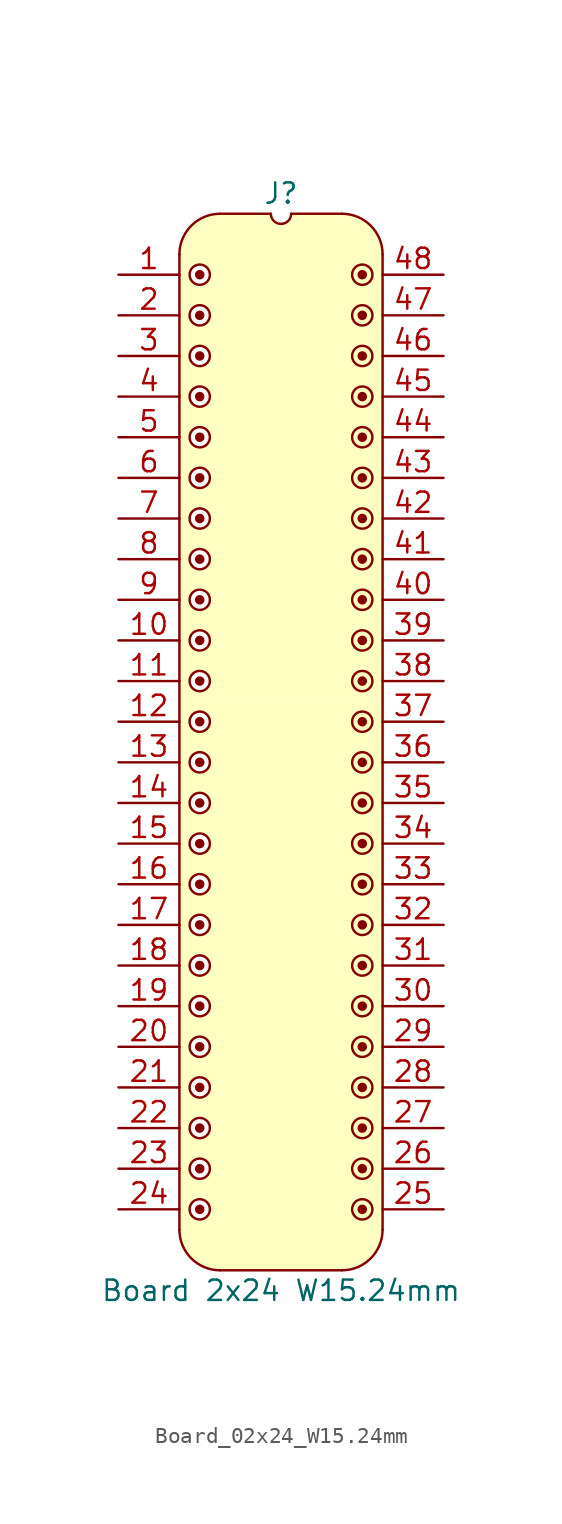
<source format=kicad_sym>
(kicad_symbol_lib
  (version 20241209)
  (generator "kicad_symbol_editor")
  (generator_version "9.0")
  (symbol "Board_02x24_W15.24mm"
    (pin_names
      (offset 1.016)
      (hide yes))
    (property "Reference" "J"
      (at 0 5.08 0)
      (effects (font (size 1.27 1.27))))
    (property "Value" "Board 2x24 W15.24mm"
      (at 0 -63.5 0)
      (effects (font (size 1.27 1.27))))
    (symbol "Board_02x24_W15.24mm_0_1"
      (polyline (pts (xy -6.35 1.27) (xy -6.35 -59.69)) (stroke (width 0) (type default)) (fill (type none)))
      (arc (start -3.8102 -62.2298) (mid -5.6063 -61.4859) (end -6.3502 -59.6898) (stroke (width 0) (type default)) (fill (type none)))
      (arc (start -6.35 1.27) (mid -5.6061 3.0661) (end -3.81 3.81) (stroke (width 0) (type default)) (fill (type none)))
      (polyline (pts (xy -3.81 3.81) (xy -0.635 3.81)) (stroke (width 0) (type default)) (fill (type none)))
      (arc (start 0.635 3.81) (mid 0 3.175) (end -0.635 3.81) (stroke (width 0) (type default)) (fill (type none)))
      (polyline (pts (xy 0.635 3.81) (xy 3.81 3.81)) (stroke (width 0) (type default)) (fill (type none)))
      (polyline (pts (xy 3.81 -62.23) (xy -3.81 -62.23)) (stroke (width 0) (type default)) (fill (type none)))
      (arc (start 3.81 3.81) (mid 5.6061 3.0661) (end 6.35 1.27) (stroke (width 0) (type default)) (fill (type none)))
      (arc (start 6.3498 -59.6898) (mid 5.6059 -61.4859) (end 3.8098 -62.2298) (stroke (width 0) (type default)) (fill (type none)))
      (polyline (pts (xy 6.35 -59.69) (xy 6.35 1.27)) (stroke (width 0) (type default)) (fill (type none))))
    (symbol "Board_02x24_W15.24mm_1_1"
      (polyline (pts (xy -6.35 1.27) (xy -6.096 2.286) (xy -5.588 3.048) (xy -4.826 3.556) (xy -4.064 3.81) (xy -0.762 3.81) (xy -0.508 3.302) (xy 0 3.048) (xy 0 -26.67) (xy -6.35 -26.67) (xy -6.35 1.27)) (stroke (width -0.0001) (type solid)) (fill (type background)))
      (polyline (pts (xy -6.35 -26.67) (xy 0 -26.67) (xy 0 -62.23) (xy -3.81 -62.23) (xy -4.826 -61.976) (xy -5.588 -61.468) (xy -6.096 -60.706) (xy -6.35 -59.69)) (stroke (width -0.0001) (type solid)) (fill (type background)))
      (circle (center -5.08 0) (radius 0.0001) (stroke (width 0.3) (type solid)) (fill (type none)))
      (circle (center -5.08 0) (radius 0.635) (stroke (width 0) (type solid)) (fill (type color) (color 255 255 255 1)))
      (circle (center -5.08 -2.54) (radius 0.0001) (stroke (width 0.3) (type solid)) (fill (type none)))
      (circle (center -5.08 -2.54) (radius 0.635) (stroke (width 0) (type solid)) (fill (type color) (color 255 255 255 1)))
      (circle (center -5.08 -5.08) (radius 0.0001) (stroke (width 0.3) (type solid)) (fill (type none)))
      (circle (center -5.08 -5.08) (radius 0.635) (stroke (width 0) (type solid)) (fill (type color) (color 255 255 255 1)))
      (circle (center -5.08 -7.62) (radius 0.0001) (stroke (width 0.3) (type solid)) (fill (type none)))
      (circle (center -5.08 -7.62) (radius 0.635) (stroke (width 0) (type solid)) (fill (type color) (color 255 255 255 1)))
      (circle (center -5.08 -10.16) (radius 0.0001) (stroke (width 0.3) (type solid)) (fill (type none)))
      (circle (center -5.08 -10.16) (radius 0.635) (stroke (width 0) (type solid)) (fill (type color) (color 255 255 255 1)))
      (circle (center -5.08 -12.7) (radius 0.0001) (stroke (width 0.3) (type solid)) (fill (type none)))
      (circle (center -5.08 -12.7) (radius 0.635) (stroke (width 0) (type solid)) (fill (type color) (color 255 255 255 1)))
      (circle (center -5.08 -15.24) (radius 0.0001) (stroke (width 0.3) (type solid)) (fill (type none)))
      (circle (center -5.08 -15.24) (radius 0.635) (stroke (width 0) (type solid)) (fill (type color) (color 255 255 255 1)))
      (circle (center -5.08 -17.78) (radius 0.0001) (stroke (width 0.3) (type solid)) (fill (type none)))
      (circle (center -5.08 -17.78) (radius 0.635) (stroke (width 0) (type solid)) (fill (type color) (color 255 255 255 1)))
      (circle (center -5.08 -20.32) (radius 0.0001) (stroke (width 0.3) (type solid)) (fill (type none)))
      (circle (center -5.08 -20.32) (radius 0.635) (stroke (width 0) (type solid)) (fill (type color) (color 255 255 255 1)))
      (circle (center -5.08 -22.86) (radius 0.0001) (stroke (width 0.3) (type solid)) (fill (type none)))
      (circle (center -5.08 -22.86) (radius 0.635) (stroke (width 0) (type solid)) (fill (type color) (color 255 255 255 1)))
      (circle (center -5.08 -25.4) (radius 0.0001) (stroke (width 0.3) (type solid)) (fill (type none)))
      (circle (center -5.08 -25.4) (radius 0.635) (stroke (width 0) (type solid)) (fill (type color) (color 255 255 255 1)))
      (circle (center -5.08 -27.94) (radius 0.0001) (stroke (width 0.3) (type solid)) (fill (type none)))
      (circle (center -5.08 -27.94) (radius 0.635) (stroke (width 0) (type solid)) (fill (type color) (color 255 255 255 1)))
      (circle (center -5.08 -30.48) (radius 0.0001) (stroke (width 0.3) (type solid)) (fill (type none)))
      (circle (center -5.08 -30.48) (radius 0.635) (stroke (width 0) (type solid)) (fill (type color) (color 255 255 255 1)))
      (circle (center -5.08 -33.02) (radius 0.0001) (stroke (width 0.3) (type solid)) (fill (type none)))
      (circle (center -5.08 -33.02) (radius 0.635) (stroke (width 0) (type solid)) (fill (type color) (color 255 255 255 1)))
      (circle (center -5.08 -35.56) (radius 0.0001) (stroke (width 0.3) (type solid)) (fill (type none)))
      (circle (center -5.08 -35.56) (radius 0.635) (stroke (width 0) (type solid)) (fill (type color) (color 255 255 255 1)))
      (circle (center -5.08 -38.1) (radius 0.0001) (stroke (width 0.3) (type solid)) (fill (type none)))
      (circle (center -5.08 -38.1) (radius 0.635) (stroke (width 0) (type solid)) (fill (type color) (color 255 255 255 1)))
      (circle (center -5.08 -40.64) (radius 0.0001) (stroke (width 0.3) (type solid)) (fill (type none)))
      (circle (center -5.08 -40.64) (radius 0.635) (stroke (width 0) (type solid)) (fill (type color) (color 255 255 255 1)))
      (circle (center -5.08 -43.18) (radius 0.0001) (stroke (width 0.3) (type solid)) (fill (type none)))
      (circle (center -5.08 -43.18) (radius 0.635) (stroke (width 0) (type solid)) (fill (type color) (color 255 255 255 1)))
      (circle (center -5.08 -45.72) (radius 0.0001) (stroke (width 0.3) (type solid)) (fill (type none)))
      (circle (center -5.08 -45.72) (radius 0.635) (stroke (width 0) (type solid)) (fill (type color) (color 255 255 255 1)))
      (circle (center -5.08 -48.26) (radius 0.0001) (stroke (width 0.3) (type solid)) (fill (type none)))
      (circle (center -5.08 -48.26) (radius 0.635) (stroke (width 0) (type solid)) (fill (type color) (color 255 255 255 1)))
      (circle (center -5.08 -50.8) (radius 0.0001) (stroke (width 0.3) (type solid)) (fill (type none)))
      (circle (center -5.08 -50.8) (radius 0.635) (stroke (width 0) (type solid)) (fill (type color) (color 255 255 255 1)))
      (circle (center -5.08 -53.34) (radius 0.0001) (stroke (width 0.3) (type solid)) (fill (type none)))
      (circle (center -5.08 -53.34) (radius 0.635) (stroke (width 0) (type solid)) (fill (type color) (color 255 255 255 1)))
      (circle (center -5.08 -55.88) (radius 0.0001) (stroke (width 0.3) (type solid)) (fill (type none)))
      (circle (center -5.08 -55.88) (radius 0.635) (stroke (width 0) (type solid)) (fill (type color) (color 255 255 255 1)))
      (circle (center -5.08 -58.42) (radius 0.0001) (stroke (width 0.3) (type solid)) (fill (type none)))
      (circle (center -5.08 -58.42) (radius 0.635) (stroke (width 0) (type solid)) (fill (type color) (color 255 255 255 1)))
      (circle (center 5.08 0) (radius 0.0001) (stroke (width 0.3) (type solid)) (fill (type none)))
      (circle (center 5.08 0) (radius 0.635) (stroke (width 0) (type solid)) (fill (type color) (color 255 255 255 1)))
      (circle (center 5.08 -2.54) (radius 0.0001) (stroke (width 0.3) (type solid)) (fill (type none)))
      (circle (center 5.08 -2.54) (radius 0.635) (stroke (width 0) (type solid)) (fill (type color) (color 255 255 255 1)))
      (circle (center 5.08 -5.08) (radius 0.0001) (stroke (width 0.3) (type solid)) (fill (type none)))
      (circle (center 5.08 -5.08) (radius 0.635) (stroke (width 0) (type solid)) (fill (type color) (color 255 255 255 1)))
      (circle (center 5.08 -7.62) (radius 0.0001) (stroke (width 0.3) (type solid)) (fill (type none)))
      (circle (center 5.08 -7.62) (radius 0.635) (stroke (width 0) (type solid)) (fill (type color) (color 255 255 255 1)))
      (circle (center 5.08 -10.16) (radius 0.0001) (stroke (width 0.3) (type solid)) (fill (type none)))
      (circle (center 5.08 -10.16) (radius 0.635) (stroke (width 0) (type solid)) (fill (type color) (color 255 255 255 1)))
      (circle (center 5.08 -12.7) (radius 0.0001) (stroke (width 0.3) (type solid)) (fill (type none)))
      (circle (center 5.08 -12.7) (radius 0.635) (stroke (width 0) (type solid)) (fill (type color) (color 255 255 255 1)))
      (circle (center 5.08 -15.24) (radius 0.0001) (stroke (width 0.3) (type solid)) (fill (type none)))
      (circle (center 5.08 -15.24) (radius 0.635) (stroke (width 0) (type solid)) (fill (type color) (color 255 255 255 1)))
      (circle (center 5.08 -17.78) (radius 0.0001) (stroke (width 0.3) (type solid)) (fill (type none)))
      (circle (center 5.08 -17.78) (radius 0.635) (stroke (width 0) (type solid)) (fill (type color) (color 255 255 255 1)))
      (circle (center 5.08 -20.32) (radius 0.0001) (stroke (width 0.3) (type solid)) (fill (type none)))
      (circle (center 5.08 -20.32) (radius 0.635) (stroke (width 0) (type solid)) (fill (type color) (color 255 255 255 1)))
      (circle (center 5.08 -22.86) (radius 0.0001) (stroke (width 0.3) (type solid)) (fill (type none)))
      (circle (center 5.08 -22.86) (radius 0.635) (stroke (width 0) (type solid)) (fill (type color) (color 255 255 255 1)))
      (circle (center 5.08 -25.4) (radius 0.0001) (stroke (width 0.3) (type solid)) (fill (type none)))
      (circle (center 5.08 -25.4) (radius 0.635) (stroke (width 0) (type solid)) (fill (type color) (color 255 255 255 1)))
      (circle (center 5.08 -27.94) (radius 0.0001) (stroke (width 0.3) (type solid)) (fill (type none)))
      (circle (center 5.08 -27.94) (radius 0.635) (stroke (width 0) (type solid)) (fill (type color) (color 255 255 255 1)))
      (circle (center 5.08 -30.48) (radius 0.0001) (stroke (width 0.3) (type solid)) (fill (type none)))
      (circle (center 5.08 -30.48) (radius 0.635) (stroke (width 0) (type solid)) (fill (type color) (color 255 255 255 1)))
      (circle (center 5.08 -33.02) (radius 0.0001) (stroke (width 0.3) (type solid)) (fill (type none)))
      (circle (center 5.08 -33.02) (radius 0.635) (stroke (width 0) (type solid)) (fill (type color) (color 255 255 255 1)))
      (circle (center 5.08 -35.56) (radius 0.0001) (stroke (width 0.3) (type solid)) (fill (type none)))
      (circle (center 5.08 -35.56) (radius 0.635) (stroke (width 0) (type solid)) (fill (type color) (color 255 255 255 1)))
      (circle (center 5.08 -38.1) (radius 0.0001) (stroke (width 0.3) (type solid)) (fill (type none)))
      (circle (center 5.08 -38.1) (radius 0.635) (stroke (width 0) (type solid)) (fill (type color) (color 255 255 255 1)))
      (circle (center 5.08 -40.64) (radius 0.0001) (stroke (width 0.3) (type solid)) (fill (type none)))
      (circle (center 5.08 -40.64) (radius 0.635) (stroke (width 0) (type solid)) (fill (type color) (color 255 255 255 1)))
      (circle (center 5.08 -43.18) (radius 0.0001) (stroke (width 0.3) (type solid)) (fill (type none)))
      (circle (center 5.08 -43.18) (radius 0.635) (stroke (width 0) (type solid)) (fill (type color) (color 255 255 255 1)))
      (circle (center 5.08 -45.72) (radius 0.0001) (stroke (width 0.3) (type solid)) (fill (type none)))
      (circle (center 5.08 -45.72) (radius 0.635) (stroke (width 0) (type solid)) (fill (type color) (color 255 255 255 1)))
      (circle (center 5.08 -48.26) (radius 0.0001) (stroke (width 0.3) (type solid)) (fill (type none)))
      (circle (center 5.08 -48.26) (radius 0.635) (stroke (width 0) (type solid)) (fill (type color) (color 255 255 255 1)))
      (circle (center 5.08 -50.8) (radius 0.0001) (stroke (width 0.3) (type solid)) (fill (type none)))
      (circle (center 5.08 -50.8) (radius 0.635) (stroke (width 0) (type solid)) (fill (type color) (color 255 255 255 1)))
      (circle (center 5.08 -53.34) (radius 0.0001) (stroke (width 0.3) (type solid)) (fill (type none)))
      (circle (center 5.08 -53.34) (radius 0.635) (stroke (width 0) (type solid)) (fill (type color) (color 255 255 255 1)))
      (circle (center 5.08 -55.88) (radius 0.0001) (stroke (width 0.3) (type solid)) (fill (type none)))
      (circle (center 5.08 -55.88) (radius 0.635) (stroke (width 0) (type solid)) (fill (type color) (color 255 255 255 1)))
      (circle (center 5.08 -58.42) (radius 0.0001) (stroke (width 0.3) (type solid)) (fill (type none)))
      (circle (center 5.08 -58.42) (radius 0.635) (stroke (width 0) (type solid)) (fill (type color) (color 255 255 255 1)))
      (polyline (pts (xy 6.35 1.27) (xy 6.096 2.286) (xy 5.588 3.048) (xy 4.826 3.556) (xy 4.064 3.81) (xy 0.762 3.81) (xy 0.508 3.302) (xy 0 3.048) (xy 0 -26.67) (xy 6.35 -26.67) (xy 6.35 1.27)) (stroke (width -0.0001) (type solid)) (fill (type background)))
      (polyline (pts (xy 6.35 -26.67) (xy 0 -26.67) (xy 0 -62.23) (xy 3.81 -62.23) (xy 4.826 -61.976) (xy 5.588 -61.468) (xy 6.096 -60.706) (xy 6.35 -59.69)) (stroke (width -0.0001) (type solid)) (fill (type background)))
      (pin passive line (at -10.16 0 0) (length 3.81) (name "" (effects (font (size 1.27 1.27)))) (number "1" (effects (font (size 1.27 1.27)))))
      (pin passive line (at -10.16 -2.54 0) (length 3.81) (name "" (effects (font (size 1.27 1.27)))) (number "2" (effects (font (size 1.27 1.27)))))
      (pin passive line (at -10.16 -5.08 0) (length 3.81) (name "" (effects (font (size 1.27 1.27)))) (number "3" (effects (font (size 1.27 1.27)))))
      (pin passive line (at -10.16 -7.62 0) (length 3.81) (name "" (effects (font (size 1.27 1.27)))) (number "4" (effects (font (size 1.27 1.27)))))
      (pin passive line (at -10.16 -10.16 0) (length 3.81) (name "" (effects (font (size 1.27 1.27)))) (number "5" (effects (font (size 1.27 1.27)))))
      (pin passive line (at -10.16 -12.7 0) (length 3.81) (name "" (effects (font (size 1.27 1.27)))) (number "6" (effects (font (size 1.27 1.27)))))
      (pin passive line (at -10.16 -15.24 0) (length 3.81) (name "" (effects (font (size 1.27 1.27)))) (number "7" (effects (font (size 1.27 1.27)))))
      (pin passive line (at -10.16 -17.78 0) (length 3.81) (name "" (effects (font (size 1.27 1.27)))) (number "8" (effects (font (size 1.27 1.27)))))
      (pin passive line (at -10.16 -20.32 0) (length 3.81) (name "" (effects (font (size 1.27 1.27)))) (number "9" (effects (font (size 1.27 1.27)))))
      (pin passive line (at -10.16 -22.86 0) (length 3.81) (name "" (effects (font (size 1.27 1.27)))) (number "10" (effects (font (size 1.27 1.27)))))
      (pin passive line (at -10.16 -25.4 0) (length 3.81) (name "" (effects (font (size 1.27 1.27)))) (number "11" (effects (font (size 1.27 1.27)))))
      (pin passive line (at -10.16 -27.94 0) (length 3.81) (name "" (effects (font (size 1.27 1.27)))) (number "12" (effects (font (size 1.27 1.27)))))
      (pin passive line (at -10.16 -30.48 0) (length 3.81) (name "" (effects (font (size 1.27 1.27)))) (number "13" (effects (font (size 1.27 1.27)))))
      (pin passive line (at -10.16 -33.02 0) (length 3.81) (name "" (effects (font (size 1.27 1.27)))) (number "14" (effects (font (size 1.27 1.27)))))
      (pin passive line (at -10.16 -35.56 0) (length 3.81) (name "" (effects (font (size 1.27 1.27)))) (number "15" (effects (font (size 1.27 1.27)))))
      (pin passive line (at -10.16 -38.1 0) (length 3.81) (name "" (effects (font (size 1.27 1.27)))) (number "16" (effects (font (size 1.27 1.27)))))
      (pin passive line (at -10.16 -40.64 0) (length 3.81) (name "" (effects (font (size 1.27 1.27)))) (number "17" (effects (font (size 1.27 1.27)))))
      (pin passive line (at -10.16 -43.18 0) (length 3.81) (name "" (effects (font (size 1.27 1.27)))) (number "18" (effects (font (size 1.27 1.27)))))
      (pin passive line (at -10.16 -45.72 0) (length 3.81) (name "" (effects (font (size 1.27 1.27)))) (number "19" (effects (font (size 1.27 1.27)))))
      (pin passive line (at -10.16 -48.26 0) (length 3.81) (name "" (effects (font (size 1.27 1.27)))) (number "20" (effects (font (size 1.27 1.27)))))
      (pin passive line (at -10.16 -50.8 0) (length 3.81) (name "" (effects (font (size 1.27 1.27)))) (number "21" (effects (font (size 1.27 1.27)))))
      (pin passive line (at -10.16 -53.34 0) (length 3.81) (name "" (effects (font (size 1.27 1.27)))) (number "22" (effects (font (size 1.27 1.27)))))
      (pin passive line (at -10.16 -55.88 0) (length 3.81) (name "" (effects (font (size 1.27 1.27)))) (number "23" (effects (font (size 1.27 1.27)))))
      (pin passive line (at -10.16 -58.42 0) (length 3.81) (name "" (effects (font (size 1.27 1.27)))) (number "24" (effects (font (size 1.27 1.27)))))
      (pin passive line (at 10.16 0 180) (length 3.81) (name "" (effects (font (size 1.27 1.27)))) (number "48" (effects (font (size 1.27 1.27)))))
      (pin passive line (at 10.16 -2.54 180) (length 3.81) (name "" (effects (font (size 1.27 1.27)))) (number "47" (effects (font (size 1.27 1.27)))))
      (pin passive line (at 10.16 -5.08 180) (length 3.81) (name "" (effects (font (size 1.27 1.27)))) (number "46" (effects (font (size 1.27 1.27)))))
      (pin passive line (at 10.16 -7.62 180) (length 3.81) (name "" (effects (font (size 1.27 1.27)))) (number "45" (effects (font (size 1.27 1.27)))))
      (pin passive line (at 10.16 -10.16 180) (length 3.81) (name "" (effects (font (size 1.27 1.27)))) (number "44" (effects (font (size 1.27 1.27)))))
      (pin passive line (at 10.16 -12.7 180) (length 3.81) (name "" (effects (font (size 1.27 1.27)))) (number "43" (effects (font (size 1.27 1.27)))))
      (pin passive line (at 10.16 -15.24 180) (length 3.81) (name "" (effects (font (size 1.27 1.27)))) (number "42" (effects (font (size 1.27 1.27)))))
      (pin passive line (at 10.16 -17.78 180) (length 3.81) (name "" (effects (font (size 1.27 1.27)))) (number "41" (effects (font (size 1.27 1.27)))))
      (pin passive line (at 10.16 -20.32 180) (length 3.81) (name "" (effects (font (size 1.27 1.27)))) (number "40" (effects (font (size 1.27 1.27)))))
      (pin passive line (at 10.16 -22.86 180) (length 3.81) (name "" (effects (font (size 1.27 1.27)))) (number "39" (effects (font (size 1.27 1.27)))))
      (pin passive line (at 10.16 -25.4 180) (length 3.81) (name "" (effects (font (size 1.27 1.27)))) (number "38" (effects (font (size 1.27 1.27)))))
      (pin passive line (at 10.16 -27.94 180) (length 3.81) (name "" (effects (font (size 1.27 1.27)))) (number "37" (effects (font (size 1.27 1.27)))))
      (pin passive line (at 10.16 -30.48 180) (length 3.81) (name "" (effects (font (size 1.27 1.27)))) (number "36" (effects (font (size 1.27 1.27)))))
      (pin passive line (at 10.16 -33.02 180) (length 3.81) (name "" (effects (font (size 1.27 1.27)))) (number "35" (effects (font (size 1.27 1.27)))))
      (pin passive line (at 10.16 -35.56 180) (length 3.81) (name "" (effects (font (size 1.27 1.27)))) (number "34" (effects (font (size 1.27 1.27)))))
      (pin passive line (at 10.16 -38.1 180) (length 3.81) (name "" (effects (font (size 1.27 1.27)))) (number "33" (effects (font (size 1.27 1.27)))))
      (pin passive line (at 10.16 -40.64 180) (length 3.81) (name "" (effects (font (size 1.27 1.27)))) (number "32" (effects (font (size 1.27 1.27)))))
      (pin passive line (at 10.16 -43.18 180) (length 3.81) (name "" (effects (font (size 1.27 1.27)))) (number "31" (effects (font (size 1.27 1.27)))))
      (pin passive line (at 10.16 -45.72 180) (length 3.81) (name "" (effects (font (size 1.27 1.27)))) (number "30" (effects (font (size 1.27 1.27)))))
      (pin passive line (at 10.16 -48.26 180) (length 3.81) (name "" (effects (font (size 1.27 1.27)))) (number "29" (effects (font (size 1.27 1.27)))))
      (pin passive line (at 10.16 -50.8 180) (length 3.81) (name "" (effects (font (size 1.27 1.27)))) (number "28" (effects (font (size 1.27 1.27)))))
      (pin passive line (at 10.16 -53.34 180) (length 3.81) (name "" (effects (font (size 1.27 1.27)))) (number "27" (effects (font (size 1.27 1.27)))))
      (pin passive line (at 10.16 -55.88 180) (length 3.81) (name "" (effects (font (size 1.27 1.27)))) (number "26" (effects (font (size 1.27 1.27)))))
      (pin passive line (at 10.16 -58.42 180) (length 3.81) (name "" (effects (font (size 1.27 1.27)))) (number "25" (effects (font (size 1.27 1.27))))))))
</source>
